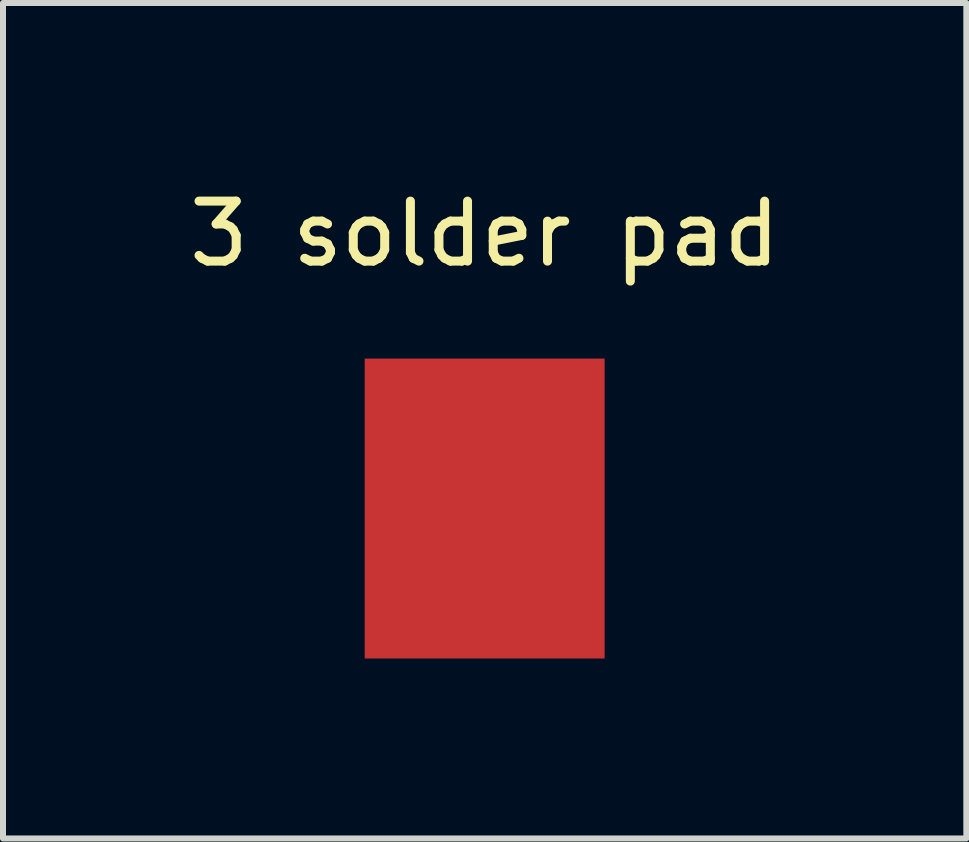
<source format=kicad_pcb>
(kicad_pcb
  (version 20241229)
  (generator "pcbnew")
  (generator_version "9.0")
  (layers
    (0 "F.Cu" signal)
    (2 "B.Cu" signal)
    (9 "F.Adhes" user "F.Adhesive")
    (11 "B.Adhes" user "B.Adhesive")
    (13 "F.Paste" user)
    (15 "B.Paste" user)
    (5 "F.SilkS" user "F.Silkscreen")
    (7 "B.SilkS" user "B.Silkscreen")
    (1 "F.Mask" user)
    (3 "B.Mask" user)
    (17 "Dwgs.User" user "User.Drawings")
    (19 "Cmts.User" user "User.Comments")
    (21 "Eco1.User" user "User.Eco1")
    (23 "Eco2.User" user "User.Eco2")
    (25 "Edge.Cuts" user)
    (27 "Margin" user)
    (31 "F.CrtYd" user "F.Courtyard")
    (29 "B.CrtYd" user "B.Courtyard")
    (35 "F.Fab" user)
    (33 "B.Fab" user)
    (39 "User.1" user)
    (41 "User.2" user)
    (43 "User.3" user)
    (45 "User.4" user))
  (footprint "3 solder pad"
    (layer "F.Cu")
    (at 5.03 5.428)
    (property "Reference" "3 solder pad" (at 0 -4.58 0) (layer "F.SilkS") (effects (font (size 1 1) (thickness 0.15))))
    (attr through_hole)
    (pad "1" smd rect (at 0 0) (size 4 5) (layers "F.Cu" "F.Mask" "F.Paste")))
  (gr_rect
    (start -3 -3)
    (end 13.06 10.928)
    (stroke (width 0.1) (type default))
    (fill no)
    (layer "Edge.Cuts")))
</source>
